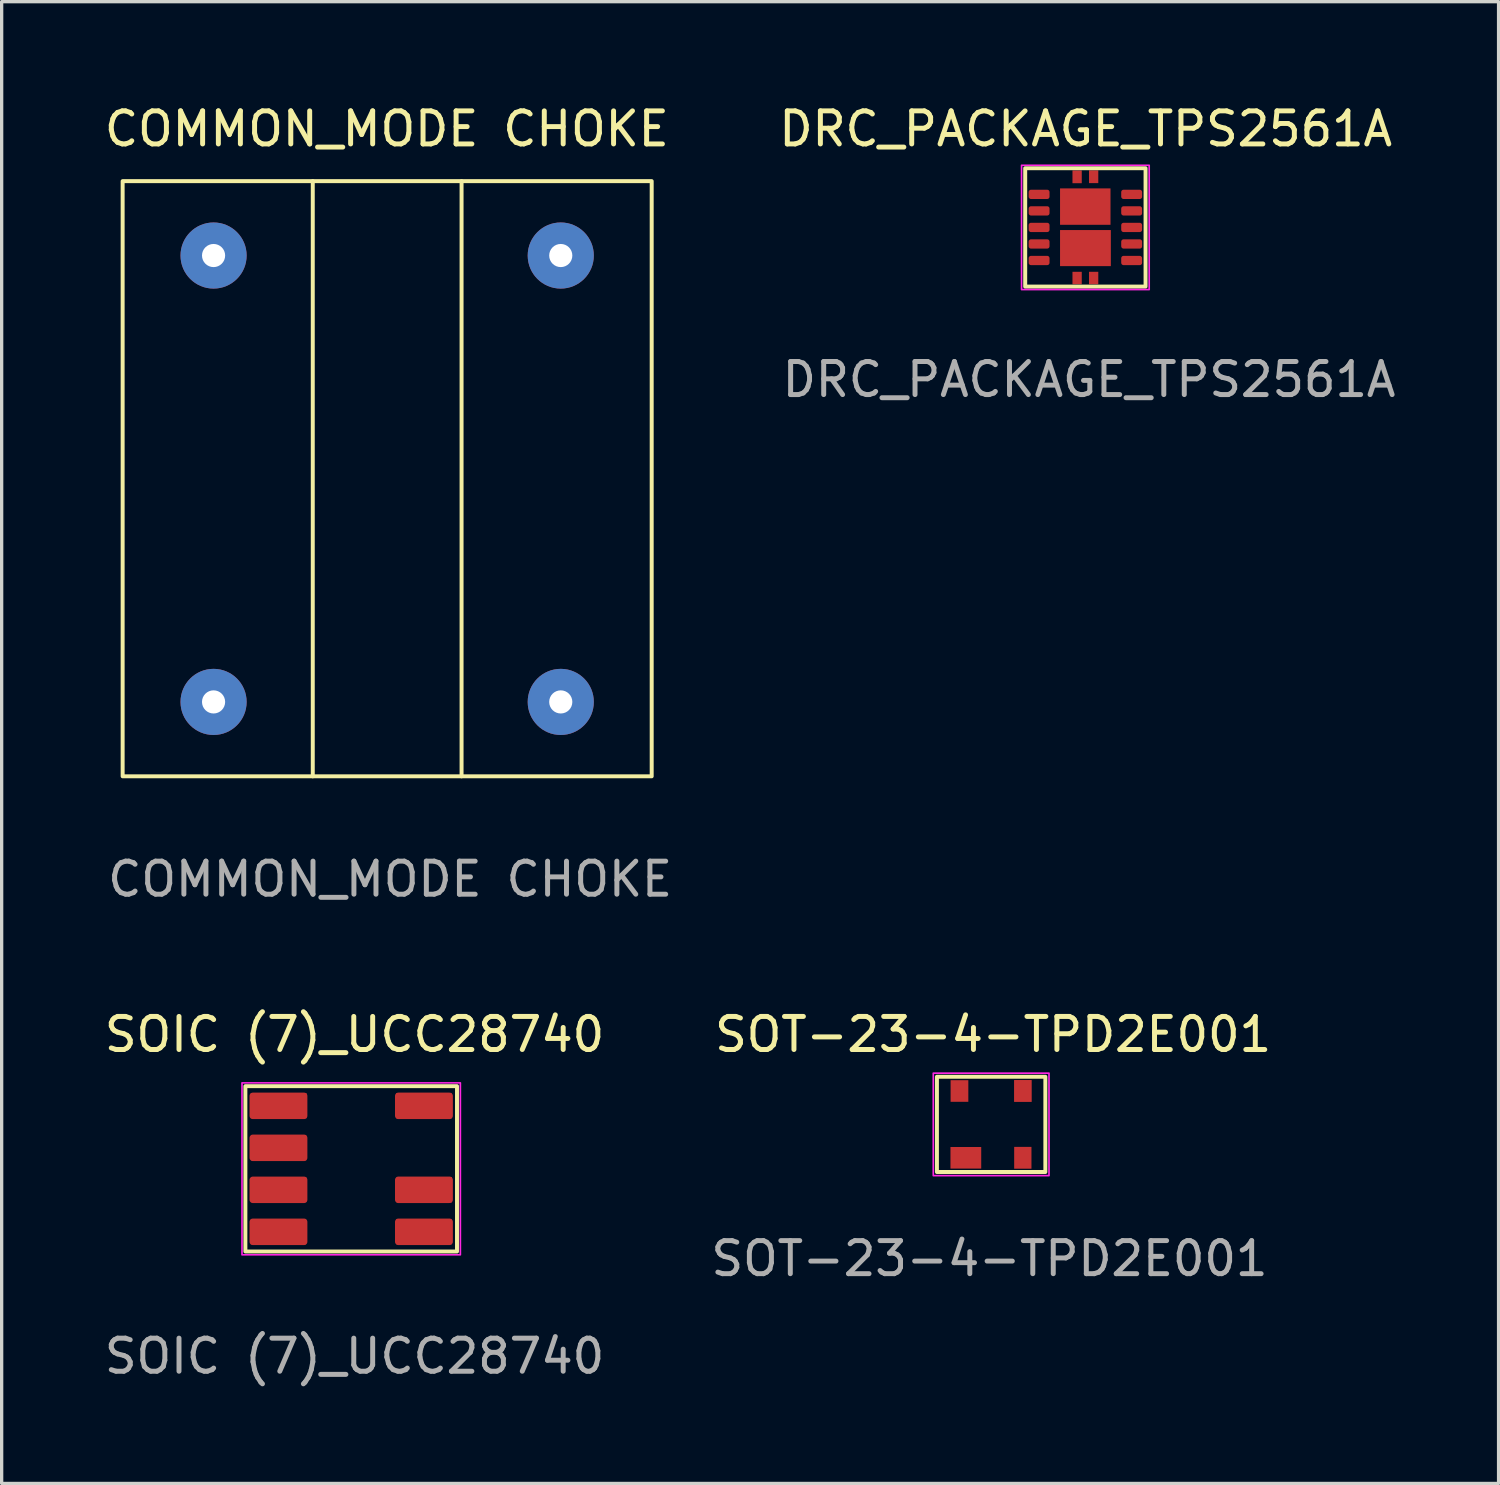
<source format=kicad_pcb>
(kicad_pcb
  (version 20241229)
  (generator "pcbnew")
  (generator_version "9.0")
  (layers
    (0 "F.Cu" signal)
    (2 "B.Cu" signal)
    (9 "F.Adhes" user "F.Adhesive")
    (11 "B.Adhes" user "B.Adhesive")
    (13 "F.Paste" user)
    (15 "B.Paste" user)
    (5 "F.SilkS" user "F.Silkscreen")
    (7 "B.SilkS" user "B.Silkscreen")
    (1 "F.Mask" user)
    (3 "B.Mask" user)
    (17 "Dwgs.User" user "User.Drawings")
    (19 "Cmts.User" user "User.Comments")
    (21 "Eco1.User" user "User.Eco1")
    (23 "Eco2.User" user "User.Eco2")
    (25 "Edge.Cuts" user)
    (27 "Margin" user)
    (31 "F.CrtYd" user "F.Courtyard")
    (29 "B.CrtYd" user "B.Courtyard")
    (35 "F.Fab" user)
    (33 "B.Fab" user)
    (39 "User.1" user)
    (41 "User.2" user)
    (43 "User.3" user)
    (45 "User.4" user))
  (footprint "SOT-23-4-TPD2E001"
    (layer "F.Cu")
    (at 26.925 30.955)
    (property "Reference" "SOT-23-4-TPD2E001" (at 0.06 -2.72 0) (unlocked yes) (layer "F.SilkS") (effects (font (size 1 1) (thickness 0.15))))
    (attr smd)
    (fp_rect (start -1.64 -1.44) (end 1.64 1.44) (stroke (width 0.12) (type solid)) (fill no) (layer "F.SilkS"))
    (fp_rect (start -1.75 -1.55) (end 1.75 1.55) (stroke (width 0.05) (type solid)) (fill no) (layer "F.CrtYd"))
    (fp_text user "${REFERENCE}" (at -0.05 4.06 0) (unlocked yes) (layer "F.Fab") (effects (font (size 1 1) (thickness 0.15))))
    (pad "1" smd rect (at -0.765 1.01) (size 0.93 0.653) (layers "F.Cu" "F.Mask" "F.Paste"))
    (pad "2" smd rect (at 0.958 1.01) (size 0.523 0.66) (layers "F.Cu" "F.Mask" "F.Paste"))
    (pad "3" smd rect (at 0.96 -1.011) (size 0.533 0.662) (layers "F.Cu" "F.Mask" "F.Paste"))
    (pad "4" smd rect (at -0.958 -1.01) (size 0.536 0.654) (layers "F.Cu" "F.Mask" "F.Paste")))
  (footprint "SOIC (7)_UCC28740"
    (layer "F.Cu")
    (at 7.571 32.299)
    (property "Reference" "SOIC (7)_UCC28740" (at 0.102 -4.064 0) (unlocked yes) (layer "F.SilkS") (effects (font (size 1 1) (thickness 0.15))))
    (attr smd)
    (fp_rect (start -2.975 -2.205) (end -1.425 -1.605) (stroke (width 0.2) (type solid)) (fill yes) (layer "F.Cu"))
    (fp_rect (start -2.975 -0.935) (end -1.425 -0.335) (stroke (width 0.2) (type solid)) (fill yes) (layer "F.Cu"))
    (fp_rect (start -2.975 0.335) (end -1.425 0.935) (stroke (width 0.2) (type solid)) (fill yes) (layer "F.Cu"))
    (fp_rect (start -2.975 1.605) (end -1.425 2.205) (stroke (width 0.2) (type solid)) (fill yes) (layer "F.Cu"))
    (fp_rect (start 2.975 -2.205) (end 1.425 -1.605) (stroke (width 0.2) (type solid)) (fill yes) (layer "F.Cu"))
    (fp_rect (start 2.975 0.335) (end 1.425 0.935) (stroke (width 0.2) (type solid)) (fill yes) (layer "F.Cu"))
    (fp_rect (start 2.975 2.205) (end 1.425 1.605) (stroke (width 0.2) (type solid)) (fill yes) (layer "F.Cu"))
    (fp_rect (start -3.2 -2.5) (end 3.2 2.5) (stroke (width 0.12) (type solid)) (fill no) (layer "F.SilkS"))
    (fp_rect (start -3.302 -2.6) (end 3.302 2.6) (stroke (width 0.05) (type solid)) (fill no) (layer "F.CrtYd"))
    (fp_text user "${REFERENCE}" (at 0.102 5.666 0) (unlocked yes) (layer "F.Fab") (effects (font (size 1 1) (thickness 0.15))))
    (pad "1" smd rect (at -2.194 -1.911) (size 1.687 0.763) (layers "F.Cu" "F.Mask" "F.Paste"))
    (pad "2" smd rect (at -2.195 -0.64) (size 1.67 0.768) (layers "F.Cu" "F.Mask" "F.Paste"))
    (pad "3" smd rect (at -2.19 0.63) (size 1.669 0.755) (layers "F.Cu" "F.Mask" "F.Paste"))
    (pad "4" smd rect (at -2.2 1.9) (size 1.673 0.768) (layers "F.Cu" "F.Mask" "F.Paste"))
    (pad "5" smd rect (at 2.2 1.9) (size 1.673 0.768) (layers "F.Cu" "F.Mask" "F.Paste"))
    (pad "6" smd rect (at 2.21 0.63) (size 1.673 0.768) (layers "F.Cu" "F.Mask" "F.Paste"))
    (pad "8" smd rect (at 2.2 -1.91) (size 1.673 0.768) (layers "F.Cu" "F.Mask" "F.Paste")))
  (footprint "COMMON_MODE CHOKE"
    (layer "F.Cu")
    (at 8.659 11.428)
    (property "Reference" "COMMON_MODE CHOKE" (at -0.01 -10.58 0) (unlocked yes) (layer "F.SilkS") (effects (font (size 1 1) (thickness 0.15))))
    (attr smd)
    (fp_line (start -2.25 -9) (end -2.25 9) (stroke (width 0.12) (type solid)) (layer "F.SilkS"))
    (fp_line (start 2.25 -9) (end 2.25 9) (stroke (width 0.12) (type solid)) (layer "F.SilkS"))
    (fp_rect (start -8 -9) (end 8 9) (stroke (width 0.12) (type solid)) (fill no) (layer "F.SilkS"))
    (fp_text user "${REFERENCE}" (at 0.09 12.11 0) (unlocked yes) (layer "F.Fab") (effects (font (size 1 1) (thickness 0.15))))
    (pad "1" thru_hole circle (at -5.25 6.75) (size 2 2) (drill 0.7) (layers "*.Cu" "*.Mask"))
    (pad "2" thru_hole circle (at -5.25 -6.75) (size 2 2) (drill 0.7) (layers "*.Cu" "*.Mask"))
    (pad "3" thru_hole circle (at 5.25 -6.75) (size 2 2) (drill 0.7) (layers "*.Cu" "B.Mask"))
    (pad "4" thru_hole circle (at 5.25 6.75) (size 2 2) (drill 0.7) (layers "*.Cu" "*.Mask")))
  (footprint "DRC_PACKAGE_TPS2561A"
    (layer "F.Cu")
    (at 29.775 3.828)
    (property "Reference" "DRC_PACKAGE_TPS2561A" (at 0.01 -2.98 0) (unlocked yes) (layer "F.SilkS") (effects (font (size 1 1) (thickness 0.15))))
    (attr smd)
    (fp_rect (start -1.82 -1.79) (end 1.82 1.79) (stroke (width 0.12) (type solid)) (fill no) (layer "F.SilkS"))
    (fp_rect (start -1.93 -1.88) (end 1.93 1.88) (stroke (width 0.05) (type solid)) (fill no) (layer "F.CrtYd"))
    (fp_text user "${REFERENCE}" (at 0.11 4.6 0) (unlocked yes) (layer "F.Fab") (effects (font (size 1 1) (thickness 0.15))))
    (pad "" smd rect (at -0.25 -1.53 90) (size 0.386 0.281) (layers "F.Cu" "F.Mask" "F.Paste"))
    (pad "" smd rect (at -0.25 1.53 90) (size 0.376 0.281) (layers "F.Cu" "F.Mask" "F.Paste"))
    (pad "" smd rect (at 0.25 1.53 90) (size 0.376 0.281) (layers "F.Cu" "F.Mask" "F.Paste"))
    (pad "" smd rect (at 0.25 -1.533 90) (size 0.386 0.281) (layers "F.Cu" "F.Mask" "F.Paste"))
    (pad "0" smd rect (at -0.003 -0.63) (size 1.526 1.101) (layers "F.Cu" "F.Mask" "F.Paste"))
    (pad "0" smd rect (at 0.002 0.625) (size 1.536 1.091) (layers "F.Cu" "F.Mask" "F.Paste"))
    (pad "1" smd roundrect (at -1.4 -1) (size 0.632 0.281) (layers "F.Cu" "F.Mask" "F.Paste") (roundrect_rratio 0.25))
    (pad "2" smd roundrect (at -1.4 -0.5) (size 0.632 0.281) (layers "F.Cu" "F.Mask" "F.Paste") (roundrect_rratio 0.25))
    (pad "3" smd roundrect (at -1.4 0) (size 0.632 0.281) (layers "F.Cu" "F.Mask" "F.Paste") (roundrect_rratio 0.25))
    (pad "4" smd roundrect (at -1.4 0.5) (size 0.632 0.281) (layers "F.Cu" "F.Mask" "F.Paste") (roundrect_rratio 0.25))
    (pad "5" smd roundrect (at -1.4 1) (size 0.632 0.281) (layers "F.Cu" "F.Mask" "F.Paste") (roundrect_rratio 0.25))
    (pad "6" smd roundrect (at 1.4 1) (size 0.632 0.281) (layers "F.Cu" "F.Mask" "F.Paste") (roundrect_rratio 0.25))
    (pad "7" smd roundrect (at 1.4 0.5) (size 0.632 0.281) (layers "F.Cu" "F.Mask" "F.Paste") (roundrect_rratio 0.25))
    (pad "8" smd roundrect (at 1.4 0) (size 0.632 0.281) (layers "F.Cu" "F.Mask" "F.Paste") (roundrect_rratio 0.25))
    (pad "9" smd roundrect (at 1.4 -0.5) (size 0.632 0.281) (layers "F.Cu" "F.Mask" "F.Paste") (roundrect_rratio 0.25))
    (pad "10" smd roundrect (at 1.4 -1) (size 0.632 0.281) (layers "F.Cu" "F.Mask" "F.Paste") (roundrect_rratio 0.25)))
  (gr_rect
    (start -3 -3)
    (end 42.271 41.813)
    (stroke (width 0.1) (type default))
    (fill no)
    (layer "Edge.Cuts")))
</source>
